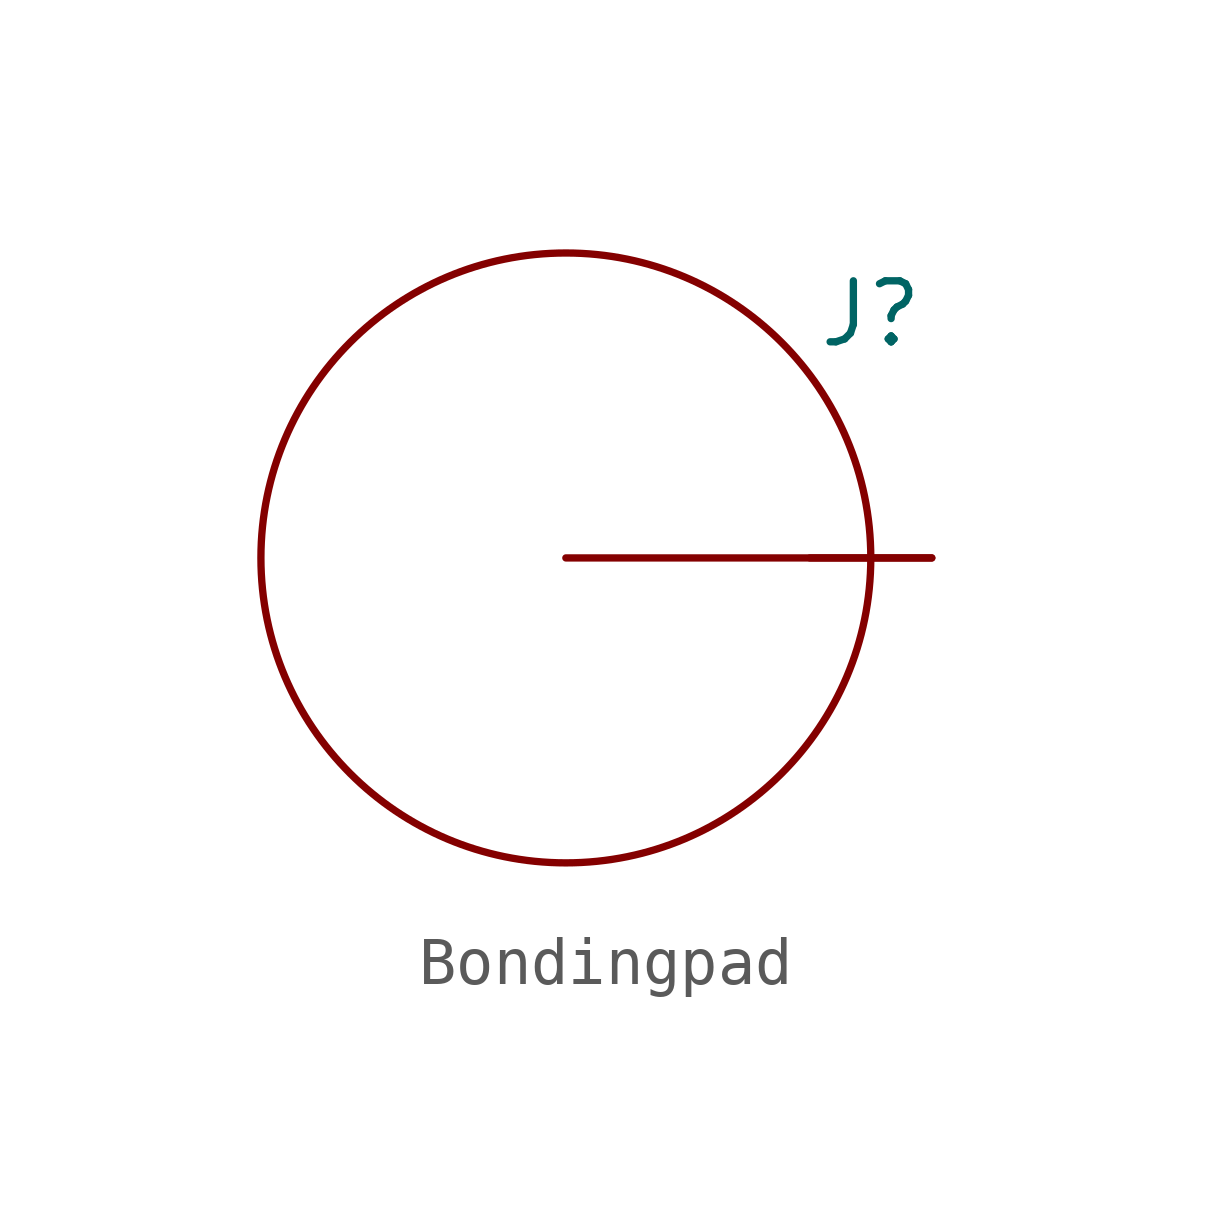
<source format=kicad_sym>
(kicad_symbol_lib
  (version 20220914)
  (generator kicad_symbol_editor)
  (symbol "Bondingpad"
    (property "Reference" "J"
      (at 6.35 5.08 0)
      (effects (font (size 1.27 1.27))))
    (property "Value" ""
      (at 0 0 0)
      (effects (font (size 1.27 1.27))))
    (symbol "Bondingpad_1_1"
      (polyline (pts (xy 0 0) (xy 7.62 0)) (stroke (width 0) (type default)) (fill (type none)))
      (circle (center 0 0) (radius 6.35) (stroke (width 0) (type default)) (fill (type none)))
      (pin output line (at 7.62 0 180) (length 2.54) (name "" (effects (font (size 1.27 1.27)))) (number "" (effects (font (size 1.27 1.27))))))))
</source>
